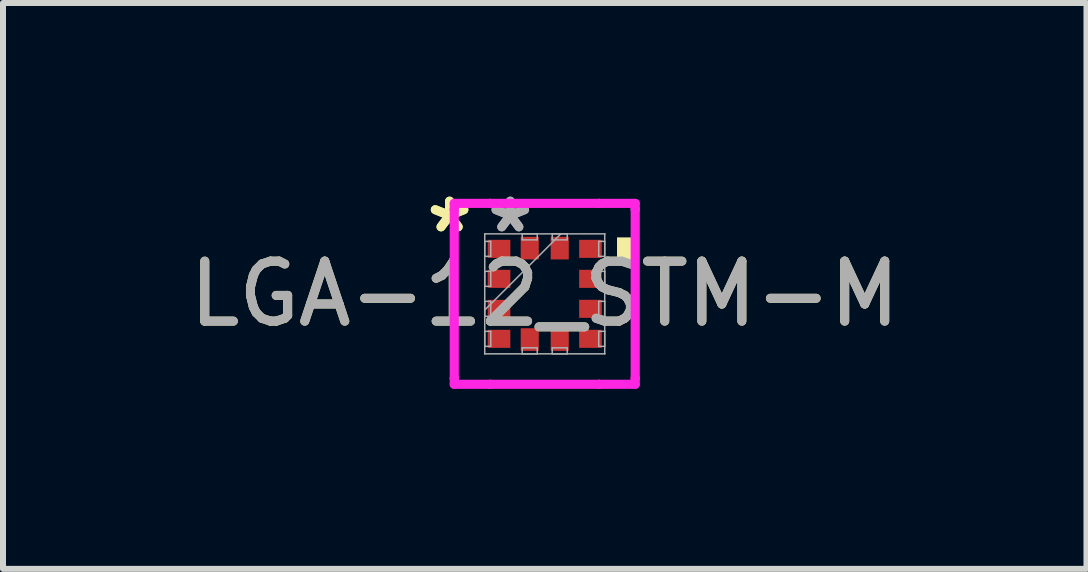
<source format=kicad_pcb>
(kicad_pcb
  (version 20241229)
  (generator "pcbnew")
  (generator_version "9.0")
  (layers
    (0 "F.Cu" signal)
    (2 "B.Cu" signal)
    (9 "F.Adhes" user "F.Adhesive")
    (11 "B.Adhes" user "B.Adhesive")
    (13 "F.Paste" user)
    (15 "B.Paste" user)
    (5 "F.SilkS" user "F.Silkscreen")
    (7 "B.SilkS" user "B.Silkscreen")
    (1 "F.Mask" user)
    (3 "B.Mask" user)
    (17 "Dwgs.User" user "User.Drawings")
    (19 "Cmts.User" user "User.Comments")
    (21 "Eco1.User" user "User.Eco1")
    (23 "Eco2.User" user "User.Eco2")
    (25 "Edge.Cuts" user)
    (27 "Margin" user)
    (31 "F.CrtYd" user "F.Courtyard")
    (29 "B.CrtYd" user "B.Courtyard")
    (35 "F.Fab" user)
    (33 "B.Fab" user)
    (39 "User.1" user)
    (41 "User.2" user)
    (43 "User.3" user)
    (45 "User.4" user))
  (footprint "LGA-12_STM-M"
    (layer "F.Cu")
    (at 6.03 1.848)
    (property "Reference" "LGA-12_STM-M" (at 0 0 0) (unlocked yes) (layer "F.SilkS") (effects (font (size 1 1) (thickness 0.15))))
    (attr smd)
    (fp_poly (pts (xy 1.459 -0.941) (xy 1.459 -0.56) (xy 1.205 -0.56) (xy 1.205 -0.941)) (stroke (width 0) (type solid)) (fill yes) (layer "F.SilkS"))
    (fp_line (start -1.508 -1.508) (end -0.908 -1.508) (stroke (width 0.152) (type solid)) (layer "F.CrtYd"))
    (fp_line (start -1.508 -1.408) (end -1.508 -1.508) (stroke (width 0.152) (type solid)) (layer "F.CrtYd"))
    (fp_line (start -1.508 -1.408) (end -1.508 -1.408) (stroke (width 0.152) (type solid)) (layer "F.CrtYd"))
    (fp_line (start -1.508 1.408) (end -1.508 -1.408) (stroke (width 0.152) (type solid)) (layer "F.CrtYd"))
    (fp_line (start -1.508 1.408) (end -1.508 1.408) (stroke (width 0.152) (type solid)) (layer "F.CrtYd"))
    (fp_line (start -1.508 1.508) (end -1.508 1.408) (stroke (width 0.152) (type solid)) (layer "F.CrtYd"))
    (fp_line (start -0.908 -1.508) (end -0.908 -1.508) (stroke (width 0.152) (type solid)) (layer "F.CrtYd"))
    (fp_line (start -0.908 -1.508) (end 0.908 -1.508) (stroke (width 0.152) (type solid)) (layer "F.CrtYd"))
    (fp_line (start -0.908 1.508) (end -1.508 1.508) (stroke (width 0.152) (type solid)) (layer "F.CrtYd"))
    (fp_line (start -0.908 1.508) (end -0.908 1.508) (stroke (width 0.152) (type solid)) (layer "F.CrtYd"))
    (fp_line (start 0.908 -1.508) (end 0.908 -1.508) (stroke (width 0.152) (type solid)) (layer "F.CrtYd"))
    (fp_line (start 0.908 -1.508) (end 1.508 -1.508) (stroke (width 0.152) (type solid)) (layer "F.CrtYd"))
    (fp_line (start 0.908 1.508) (end -0.908 1.508) (stroke (width 0.152) (type solid)) (layer "F.CrtYd"))
    (fp_line (start 0.908 1.508) (end 0.908 1.508) (stroke (width 0.152) (type solid)) (layer "F.CrtYd"))
    (fp_line (start 1.508 -1.508) (end 1.508 -1.408) (stroke (width 0.152) (type solid)) (layer "F.CrtYd"))
    (fp_line (start 1.508 -1.408) (end 1.508 -1.408) (stroke (width 0.152) (type solid)) (layer "F.CrtYd"))
    (fp_line (start 1.508 -1.408) (end 1.508 1.408) (stroke (width 0.152) (type solid)) (layer "F.CrtYd"))
    (fp_line (start 1.508 1.408) (end 1.508 1.408) (stroke (width 0.152) (type solid)) (layer "F.CrtYd"))
    (fp_line (start 1.508 1.408) (end 1.508 1.508) (stroke (width 0.152) (type solid)) (layer "F.CrtYd"))
    (fp_line (start 1.508 1.508) (end 0.908 1.508) (stroke (width 0.152) (type solid)) (layer "F.CrtYd"))
    (fp_line (start -1 -1) (end -1 -1) (stroke (width 0.025) (type solid)) (layer "F.Fab"))
    (fp_line (start -1 -1) (end -1 1) (stroke (width 0.025) (type solid)) (layer "F.Fab"))
    (fp_line (start -1 -0.875) (end -0.9 -0.875) (stroke (width 0.025) (type solid)) (layer "F.Fab"))
    (fp_line (start -1 -0.625) (end -1 -0.875) (stroke (width 0.025) (type solid)) (layer "F.Fab"))
    (fp_line (start -1 -0.375) (end -0.9 -0.375) (stroke (width 0.025) (type solid)) (layer "F.Fab"))
    (fp_line (start -1 -0.125) (end -1 -0.375) (stroke (width 0.025) (type solid)) (layer "F.Fab"))
    (fp_line (start -1 0.125) (end -0.9 0.125) (stroke (width 0.025) (type solid)) (layer "F.Fab"))
    (fp_line (start -1 0.27) (end 0.27 -1) (stroke (width 0.025) (type solid)) (layer "F.Fab"))
    (fp_line (start -1 0.375) (end -1 0.125) (stroke (width 0.025) (type solid)) (layer "F.Fab"))
    (fp_line (start -1 0.625) (end -0.9 0.625) (stroke (width 0.025) (type solid)) (layer "F.Fab"))
    (fp_line (start -1 0.875) (end -1 0.625) (stroke (width 0.025) (type solid)) (layer "F.Fab"))
    (fp_line (start -1 1) (end -1 1) (stroke (width 0.025) (type solid)) (layer "F.Fab"))
    (fp_line (start -1 1) (end 1 1) (stroke (width 0.025) (type solid)) (layer "F.Fab"))
    (fp_line (start -0.9 -0.875) (end -0.9 -0.625) (stroke (width 0.025) (type solid)) (layer "F.Fab"))
    (fp_line (start -0.9 -0.625) (end -1 -0.625) (stroke (width 0.025) (type solid)) (layer "F.Fab"))
    (fp_line (start -0.9 -0.375) (end -0.9 -0.125) (stroke (width 0.025) (type solid)) (layer "F.Fab"))
    (fp_line (start -0.9 -0.125) (end -1 -0.125) (stroke (width 0.025) (type solid)) (layer "F.Fab"))
    (fp_line (start -0.9 0.125) (end -0.9 0.375) (stroke (width 0.025) (type solid)) (layer "F.Fab"))
    (fp_line (start -0.9 0.375) (end -1 0.375) (stroke (width 0.025) (type solid)) (layer "F.Fab"))
    (fp_line (start -0.9 0.625) (end -0.9 0.875) (stroke (width 0.025) (type solid)) (layer "F.Fab"))
    (fp_line (start -0.9 0.875) (end -1 0.875) (stroke (width 0.025) (type solid)) (layer "F.Fab"))
    (fp_line (start -0.375 -1) (end -0.125 -1) (stroke (width 0.025) (type solid)) (layer "F.Fab"))
    (fp_line (start -0.375 -0.9) (end -0.375 -1) (stroke (width 0.025) (type solid)) (layer "F.Fab"))
    (fp_line (start -0.375 0.9) (end -0.125 0.9) (stroke (width 0.025) (type solid)) (layer "F.Fab"))
    (fp_line (start -0.375 1) (end -0.375 0.9) (stroke (width 0.025) (type solid)) (layer "F.Fab"))
    (fp_line (start -0.125 -1) (end -0.125 -0.9) (stroke (width 0.025) (type solid)) (layer "F.Fab"))
    (fp_line (start -0.125 -0.9) (end -0.375 -0.9) (stroke (width 0.025) (type solid)) (layer "F.Fab"))
    (fp_line (start -0.125 0.9) (end -0.125 1) (stroke (width 0.025) (type solid)) (layer "F.Fab"))
    (fp_line (start -0.125 1) (end -0.375 1) (stroke (width 0.025) (type solid)) (layer "F.Fab"))
    (fp_line (start 0.125 -1) (end 0.375 -1) (stroke (width 0.025) (type solid)) (layer "F.Fab"))
    (fp_line (start 0.125 -0.9) (end 0.125 -1) (stroke (width 0.025) (type solid)) (layer "F.Fab"))
    (fp_line (start 0.125 0.9) (end 0.375 0.9) (stroke (width 0.025) (type solid)) (layer "F.Fab"))
    (fp_line (start 0.125 1) (end 0.125 0.9) (stroke (width 0.025) (type solid)) (layer "F.Fab"))
    (fp_line (start 0.375 -1) (end 0.375 -0.9) (stroke (width 0.025) (type solid)) (layer "F.Fab"))
    (fp_line (start 0.375 -0.9) (end 0.125 -0.9) (stroke (width 0.025) (type solid)) (layer "F.Fab"))
    (fp_line (start 0.375 0.9) (end 0.375 1) (stroke (width 0.025) (type solid)) (layer "F.Fab"))
    (fp_line (start 0.375 1) (end 0.125 1) (stroke (width 0.025) (type solid)) (layer "F.Fab"))
    (fp_line (start 0.9 -0.875) (end 1 -0.875) (stroke (width 0.025) (type solid)) (layer "F.Fab"))
    (fp_line (start 0.9 -0.625) (end 0.9 -0.875) (stroke (width 0.025) (type solid)) (layer "F.Fab"))
    (fp_line (start 0.9 -0.375) (end 1 -0.375) (stroke (width 0.025) (type solid)) (layer "F.Fab"))
    (fp_line (start 0.9 -0.125) (end 0.9 -0.375) (stroke (width 0.025) (type solid)) (layer "F.Fab"))
    (fp_line (start 0.9 0.125) (end 1 0.125) (stroke (width 0.025) (type solid)) (layer "F.Fab"))
    (fp_line (start 0.9 0.375) (end 0.9 0.125) (stroke (width 0.025) (type solid)) (layer "F.Fab"))
    (fp_line (start 0.9 0.625) (end 1 0.625) (stroke (width 0.025) (type solid)) (layer "F.Fab"))
    (fp_line (start 0.9 0.875) (end 0.9 0.625) (stroke (width 0.025) (type solid)) (layer "F.Fab"))
    (fp_line (start 1 -1) (end -1 -1) (stroke (width 0.025) (type solid)) (layer "F.Fab"))
    (fp_line (start 1 -1) (end 1 -1) (stroke (width 0.025) (type solid)) (layer "F.Fab"))
    (fp_line (start 1 -0.875) (end 1 -0.625) (stroke (width 0.025) (type solid)) (layer "F.Fab"))
    (fp_line (start 1 -0.625) (end 0.9 -0.625) (stroke (width 0.025) (type solid)) (layer "F.Fab"))
    (fp_line (start 1 -0.375) (end 1 -0.125) (stroke (width 0.025) (type solid)) (layer "F.Fab"))
    (fp_line (start 1 -0.125) (end 0.9 -0.125) (stroke (width 0.025) (type solid)) (layer "F.Fab"))
    (fp_line (start 1 0.125) (end 1 0.375) (stroke (width 0.025) (type solid)) (layer "F.Fab"))
    (fp_line (start 1 0.375) (end 0.9 0.375) (stroke (width 0.025) (type solid)) (layer "F.Fab"))
    (fp_line (start 1 0.625) (end 1 0.875) (stroke (width 0.025) (type solid)) (layer "F.Fab"))
    (fp_line (start 1 0.875) (end 0.9 0.875) (stroke (width 0.025) (type solid)) (layer "F.Fab"))
    (fp_line (start 1 1) (end 1 -1) (stroke (width 0.025) (type solid)) (layer "F.Fab"))
    (fp_line (start 1 1) (end 1 1) (stroke (width 0.025) (type solid)) (layer "F.Fab"))
    (fp_text user "*" (at -1.586 -1 0) (unlocked yes) (layer "F.SilkS") (effects (font (size 1 1) (thickness 0.15))))
    (fp_text user "*" (at -1.586 -1 0) (layer "F.SilkS") (effects (font (size 1 1) (thickness 0.15))))
    (fp_text user "*" (at -0.574 -1 0) (unlocked yes) (layer "F.Fab") (effects (font (size 1 1) (thickness 0.15))))
    (fp_text user "${REFERENCE}" (at 0 0 0) (unlocked yes) (layer "F.Fab") (effects (font (size 1 1) (thickness 0.15))))
    (fp_text user "*" (at -0.574 -1 0) (layer "F.Fab") (effects (font (size 1 1) (thickness 0.15))))
    (pad "1" smd rect (at -0.762 -0.75 90) (size 0.301 0.377) (layers "F.Cu" "F.Mask" "F.Paste"))
    (pad "2" smd rect (at -0.762 -0.25 90) (size 0.301 0.377) (layers "F.Cu" "F.Mask" "F.Paste"))
    (pad "3" smd rect (at -0.762 0.25 90) (size 0.301 0.377) (layers "F.Cu" "F.Mask" "F.Paste"))
    (pad "4" smd rect (at -0.762 0.75 90) (size 0.301 0.377) (layers "F.Cu" "F.Mask" "F.Paste"))
    (pad "5" smd rect (at -0.25 0.762) (size 0.301 0.377) (layers "F.Cu" "F.Mask" "F.Paste"))
    (pad "6" smd rect (at 0.25 0.762) (size 0.301 0.377) (layers "F.Cu" "F.Mask" "F.Paste"))
    (pad "7" smd rect (at 0.762 0.75 90) (size 0.301 0.377) (layers "F.Cu" "F.Mask" "F.Paste"))
    (pad "8" smd rect (at 0.762 0.25 90) (size 0.301 0.377) (layers "F.Cu" "F.Mask" "F.Paste"))
    (pad "9" smd rect (at 0.762 -0.25 90) (size 0.301 0.377) (layers "F.Cu" "F.Mask" "F.Paste"))
    (pad "10" smd rect (at 0.762 -0.75 90) (size 0.301 0.377) (layers "F.Cu" "F.Mask" "F.Paste"))
    (pad "11" smd rect (at 0.25 -0.762) (size 0.301 0.377) (layers "F.Cu" "F.Mask" "F.Paste"))
    (pad "12" smd rect (at -0.25 -0.762) (size 0.301 0.377) (layers "F.Cu" "F.Mask" "F.Paste")))
  (gr_rect
    (start -3 -3)
    (end 15.06 6.432)
    (stroke (width 0.1) (type default))
    (fill no)
    (layer "Edge.Cuts")))
</source>
